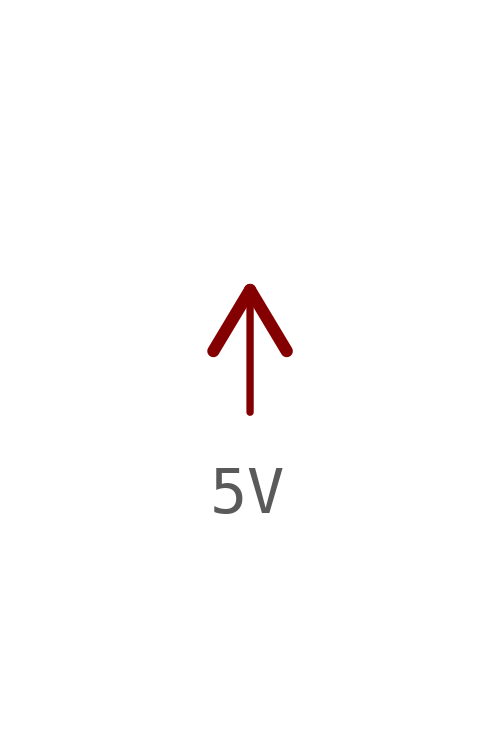
<source format=kicad_sym>
(kicad_symbol_lib
  (version 20231120)
  (generator "kicad_symbol_editor")
  (generator_version "8.0")
  (symbol "5V"
    (power)
    (property "Reference" "#SUPPLY"
      (at 0 0 0)
      (effects (font (size 1.27 1.27)) (hide yes)))
    (property "Value" ""
      (at -1.016 3.556 0)
      (effects (font (size 1.778 1.511)) (justify left bottom)))
    (property "ki_locked" ""
      (at 0 0 0)
      (effects (font (size 1.27 1.27))))
    (symbol "5V_1_0"
      (polyline (pts (xy 0 2.54) (xy -0.762 1.27)) (stroke (width 0.254) (type solid)) (fill (type none)))
      (polyline (pts (xy 0.762 1.27) (xy 0 2.54)) (stroke (width 0.254) (type solid)) (fill (type none)))
      (pin power_in line (at 0 0 90) (length 2.54) (name "5V" (effects (font (size 0 0)))) (number "1" (effects (font (size 0 0))))))))
</source>
